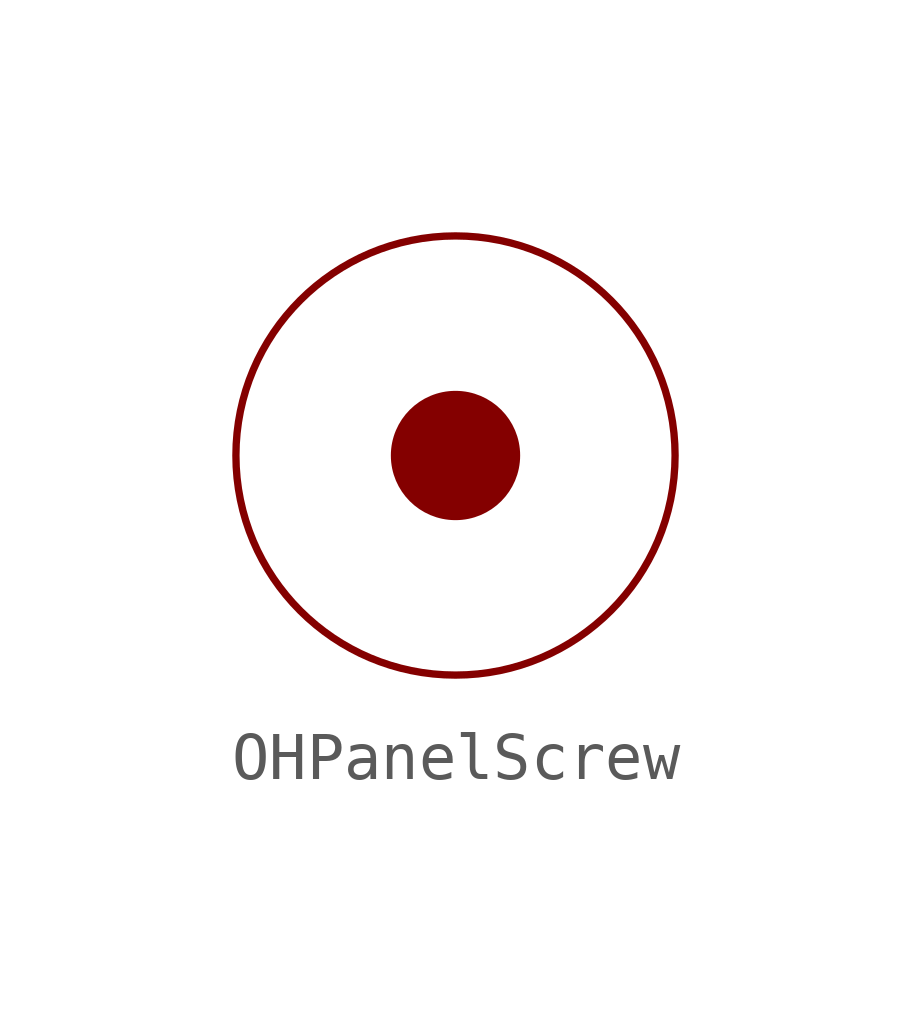
<source format=kicad_sym>
(kicad_symbol_lib
  (version 20231120)
  (generator "kicad_symbol_editor")
  (generator_version "8.0")
  (symbol "OHPanelScrew"
    (pin_numbers hide)
    (pin_names
      (offset 0) hide)
    (property "Reference" "H"
      (at 0 6.35 0)
      (effects (font (size 1.27 1.27)) (hide yes)))
    (symbol "OHPanelScrew_0_0"
      (circle (center 0 0) (radius 1.27) (stroke (width 0) (type default)) (fill (type outline)))
      (circle (center 0 0) (radius 4.572) (stroke (width 0) (type default)) (fill (type none))))))
</source>
